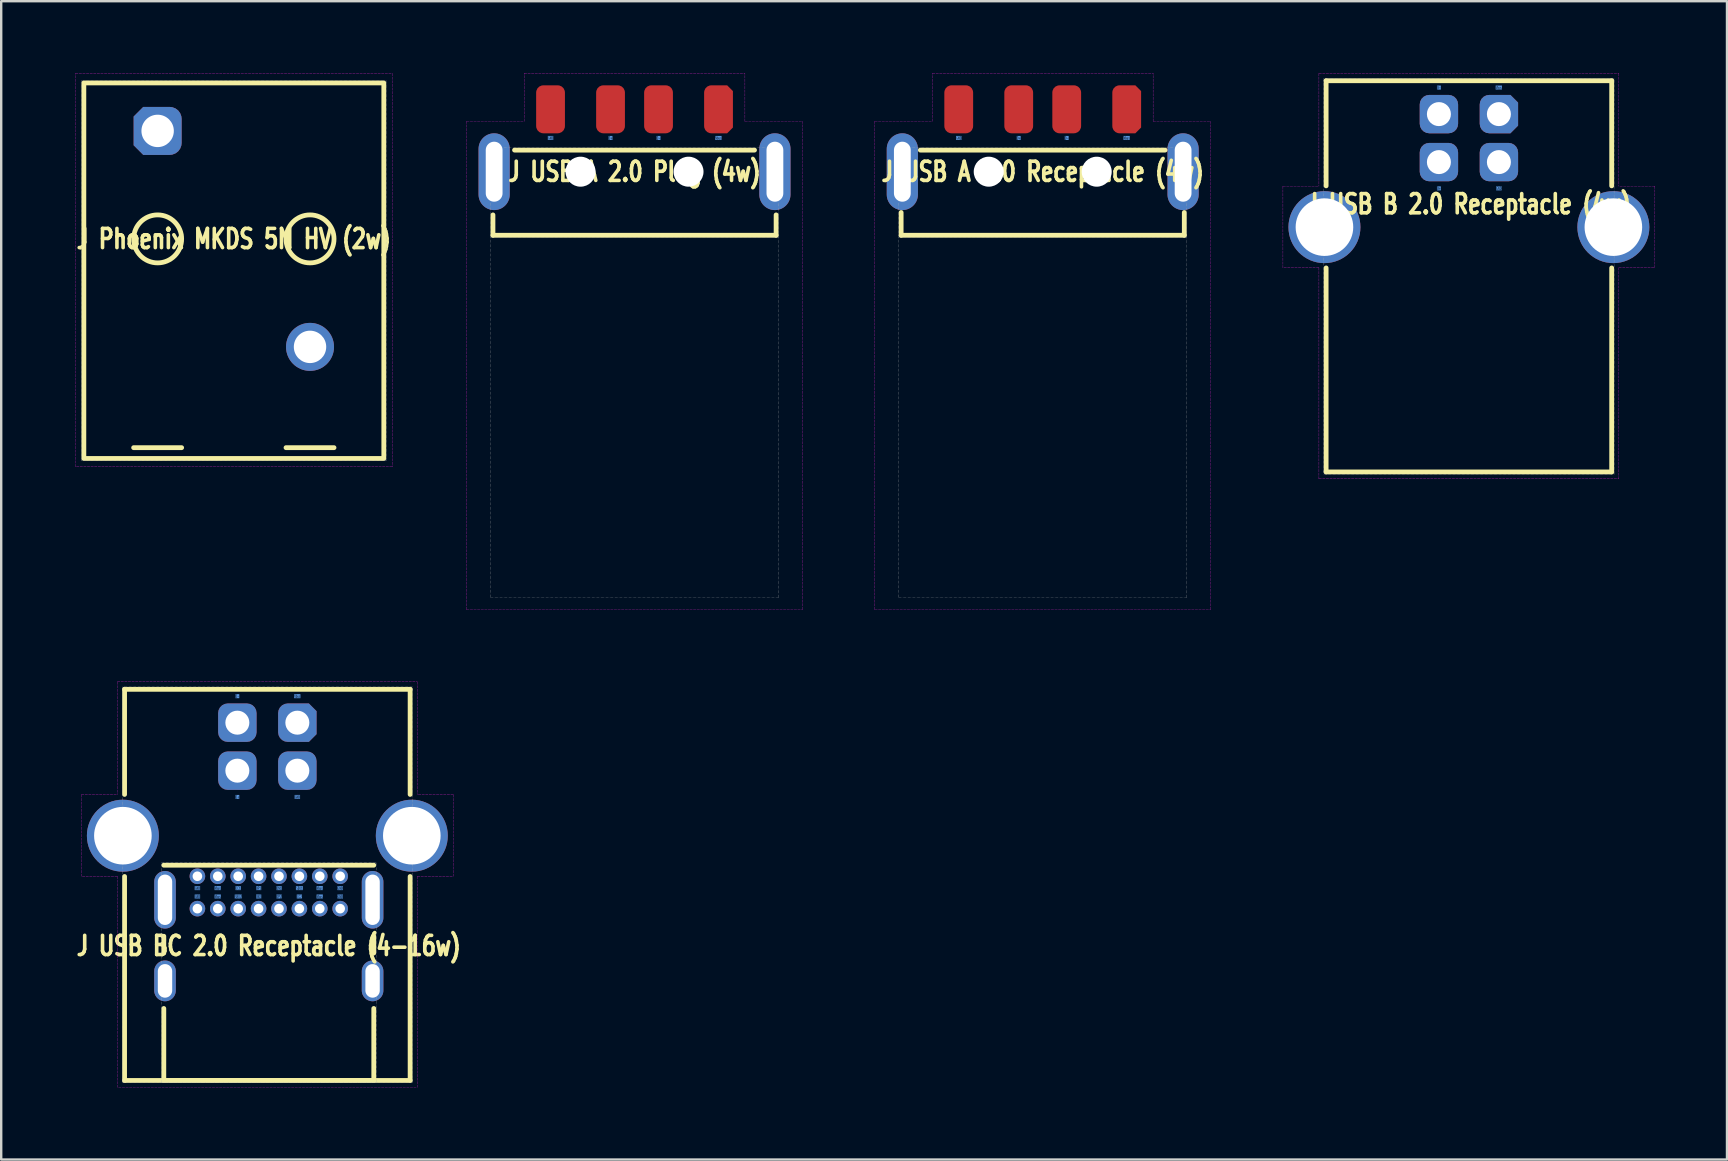
<source format=kicad_pcb>
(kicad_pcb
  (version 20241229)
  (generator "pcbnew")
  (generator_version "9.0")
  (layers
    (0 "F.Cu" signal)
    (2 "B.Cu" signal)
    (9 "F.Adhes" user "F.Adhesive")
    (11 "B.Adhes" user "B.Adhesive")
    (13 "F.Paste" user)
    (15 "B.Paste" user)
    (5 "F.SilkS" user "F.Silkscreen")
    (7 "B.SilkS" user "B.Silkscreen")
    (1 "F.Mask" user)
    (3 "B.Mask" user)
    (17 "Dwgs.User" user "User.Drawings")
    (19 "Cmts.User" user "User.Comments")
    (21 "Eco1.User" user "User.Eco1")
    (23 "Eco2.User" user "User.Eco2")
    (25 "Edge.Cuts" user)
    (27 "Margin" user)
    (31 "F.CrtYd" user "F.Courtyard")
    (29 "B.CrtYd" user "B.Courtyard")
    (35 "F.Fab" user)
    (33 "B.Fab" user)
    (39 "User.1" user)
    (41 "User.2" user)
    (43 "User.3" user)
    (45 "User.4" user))
  (footprint "J Phoenix MKDS 5N HV (2w)"
    (layer "F.Cu")
    (at 6.694 6.905)
    (property "Reference" "J Phoenix MKDS 5N HV (2w)" (at 0 0 0) (layer "F.SilkS") (effects (font (size 0.8 0.6) (thickness 0.15) (bold yes))))
    (attr through_hole)
    (fp_line (start -2.175 8.7) (end -4.175 8.7) (stroke (width 0.2) (type default)) (layer "F.SilkS"))
    (fp_line (start 2.175 8.7) (end 4.175 8.7) (stroke (width 0.2) (type default)) (layer "F.SilkS"))
    (fp_rect (start -6.25 -6.5) (end 6.25 9.15) (stroke (width 0.2) (type default)) (fill no) (layer "F.SilkS"))
    (fp_circle (center -3.175 0) (end -2.175 0) (stroke (width 0.2) (type default)) (fill no) (layer "F.SilkS"))
    (fp_circle (center 3.175 0) (end 4.175 0) (stroke (width 0.2) (type default)) (fill no) (layer "F.SilkS"))
    (fp_rect (start -6.6 -6.9) (end 6.6 9.5) (stroke (width 0.01) (type dash)) (fill no) (layer "F.CrtYd"))
    (fp_rect (start -6.345 -6.6) (end 6.345 9.25) (stroke (width 0.01) (type dash_dot)) (fill no) (layer "F.Fab"))
    (pad "1" thru_hole roundrect (at -3.175 -4.5) (size 2 2) (drill 1.35) (layers "*.Cu" "*.Mask") (roundrect_rratio 0.25) (chamfer_ratio 0.2) (chamfer top_left bottom_left))
    (pad "2" thru_hole circle (at 3.175 4.5) (size 2 2) (drill 1.35) (layers "*.Cu" "*.Mask")))
  (footprint "J USB BC 2.0 Receptacle (4-16w)"
    (layer "F.Cu")
    (at 8.151 33.465)
    (property "Reference" "J USB BC 2.0 Receptacle (4-16w)" (at 0 2.9 0) (layer "F.SilkS") (effects (font (size 0.8 0.6) (thickness 0.15))))
    (attr smd)
    (fp_line (start -6.01 -7.79) (end -6.01 -3.41) (stroke (width 0.2) (type default)) (layer "F.SilkS"))
    (fp_line (start -6.01 -7.79) (end 5.89 -7.79) (stroke (width 0.2) (type default)) (layer "F.SilkS"))
    (fp_line (start -6.01 0.01) (end -6.01 8.51) (stroke (width 0.2) (type default)) (layer "F.SilkS"))
    (fp_line (start -6.01 8.51) (end 5.89 8.51) (stroke (width 0.2) (type default)) (layer "F.SilkS"))
    (fp_line (start -4.375 -0.46) (end 4.375 -0.46) (stroke (width 0.2) (type default)) (layer "F.SilkS"))
    (fp_line (start -4.375 2.5) (end -4.375 3.2) (stroke (width 0.2) (type default)) (layer "F.SilkS"))
    (fp_line (start -4.375 5.51) (end -4.375 8.51) (stroke (width 0.2) (type default)) (layer "F.SilkS"))
    (fp_line (start -4.375 8.51) (end 4.375 8.51) (stroke (width 0.2) (type default)) (layer "F.SilkS"))
    (fp_line (start 4.375 2.5) (end 4.375 3.2) (stroke (width 0.2) (type default)) (layer "F.SilkS"))
    (fp_line (start 4.375 5.51) (end 4.375 8.51) (stroke (width 0.2) (type default)) (layer "F.SilkS"))
    (fp_line (start 5.89 -7.79) (end 5.89 -3.41) (stroke (width 0.2) (type default)) (layer "F.SilkS"))
    (fp_line (start 5.89 0.01) (end 5.89 8.51) (stroke (width 0.2) (type default)) (layer "F.SilkS"))
    (fp_line (start -7.81 -3.4) (end -7.81 0) (stroke (width 0.01) (type dash)) (layer "F.CrtYd"))
    (fp_line (start -7.81 -3.4) (end -6.31 -3.4) (stroke (width 0.01) (type dash)) (layer "F.CrtYd"))
    (fp_line (start -6.31 -8.1) (end -6.31 -3.4) (stroke (width 0.01) (type dash)) (layer "F.CrtYd"))
    (fp_line (start -6.31 -8.1) (end 6.19 -8.1) (stroke (width 0.01) (type dash)) (layer "F.CrtYd"))
    (fp_line (start -6.31 0) (end -7.81 0) (stroke (width 0.01) (type dash)) (layer "F.CrtYd"))
    (fp_line (start -6.31 0) (end -6.31 8.8) (stroke (width 0.01) (type dash)) (layer "F.CrtYd"))
    (fp_line (start -6.26 8.8) (end 6.14 8.8) (stroke (width 0.01) (type dash)) (layer "F.CrtYd"))
    (fp_line (start 6.19 -8.1) (end 6.19 -3.4) (stroke (width 0.01) (type dash)) (layer "F.CrtYd"))
    (fp_line (start 6.19 0) (end 6.19 8.8) (stroke (width 0.01) (type dash)) (layer "F.CrtYd"))
    (fp_line (start 6.19 0) (end 7.69 0) (stroke (width 0.01) (type dash)) (layer "F.CrtYd"))
    (fp_line (start 7.69 -3.4) (end 6.19 -3.4) (stroke (width 0.01) (type dash)) (layer "F.CrtYd"))
    (fp_line (start 7.69 -3.4) (end 7.69 0) (stroke (width 0.01) (type dash)) (layer "F.CrtYd"))
    (fp_rect (start -6.11 8.61) (end 5.99 -7.89) (stroke (width 0.01) (type dash_dot)) (fill no) (layer "F.Fab"))
    (fp_rect (start -4.475 -0.56) (end 4.475 8.61) (stroke (width 0.01) (type dash_dot)) (fill no) (layer "F.Fab"))
    (fp_text user "Vbus" (at 1.19 -7.5 0) (layer "Cmts.User" knockout) (effects (font (size 0.13 0.07) (thickness 0.01) (bold yes))))
    (fp_text user "DN2" (at -0.425 0.85 0) (layer "Cmts.User" knockout) (effects (font (size 0.13 0.07) (thickness 0.01) (bold yes))))
    (fp_text user "Vbus" (at -2.125 0.5 0) (layer "Cmts.User" knockout) (effects (font (size 0.13 0.07) (thickness 0.01) (bold yes))))
    (fp_text user "Vbus" (at -2.125 0.85 0) (layer "Cmts.User" knockout) (effects (font (size 0.13 0.07) (thickness 0.01) (bold yes))))
    (fp_text user "SBU1" (at 1.275 0.5 0) (layer "Cmts.User" knockout) (effects (font (size 0.13 0.07) (thickness 0.01) (bold yes))))
    (fp_text user "Vbus" (at 2.125 0.5 0) (layer "Cmts.User" knockout) (effects (font (size 0.13 0.07) (thickness 0.01) (bold yes))))
    (fp_text user "GND" (at -2.975 0.85 0) (layer "Cmts.User" knockout) (effects (font (size 0.13 0.07) (thickness 0.01) (bold yes))))
    (fp_text user "Vbus" (at 2.125 0.85 0) (layer "Cmts.User" knockout) (effects (font (size 0.13 0.07) (thickness 0.01) (bold yes))))
    (fp_text user "D+" (at -1.31 -3.3 0) (layer "Cmts.User" knockout) (effects (font (size 0.13 0.07) (thickness 0.01))))
    (fp_text user "SBU2" (at -1.275 0.85 0) (layer "Cmts.User" knockout) (effects (font (size 0.13 0.07) (thickness 0.01) (bold yes))))
    (fp_text user "GND" (at 2.975 0.85 0) (layer "Cmts.User" knockout) (effects (font (size 0.13 0.07) (thickness 0.01) (bold yes))))
    (fp_text user "D-" (at -1.31 -7.5 0) (layer "Cmts.User" knockout) (effects (font (size 0.13 0.07) (thickness 0.01))))
    (fp_text user "GND" (at 1.19 -3.3 0) (layer "Cmts.User" knockout) (effects (font (size 0.13 0.07) (thickness 0.01) (bold yes))))
    (fp_text user "CC1" (at -1.275 0.5 0) (layer "Cmts.User" knockout) (effects (font (size 0.13 0.07) (thickness 0.01) (bold yes))))
    (fp_text user "DP1" (at -0.425 0.5 0) (layer "Cmts.User" knockout) (effects (font (size 0.13 0.07) (thickness 0.01) (bold yes))))
    (fp_text user "DN1" (at 0.425 0.5 0) (layer "Cmts.User" knockout) (effects (font (size 0.13 0.07) (thickness 0.01) (bold yes))))
    (fp_text user "DP2" (at 0.425 0.85 0) (layer "Cmts.User" knockout) (effects (font (size 0.13 0.07) (thickness 0.01) (bold yes))))
    (fp_text user "GND" (at -2.975 0.5 0) (layer "Cmts.User" knockout) (effects (font (size 0.13 0.07) (thickness 0.01) (bold yes))))
    (fp_text user "CC2" (at 1.275 0.85 0) (layer "Cmts.User" knockout) (effects (font (size 0.13 0.07) (thickness 0.01) (bold yes))))
    (fp_text user "GND" (at 2.975 0.5 0) (layer "Cmts.User" knockout) (effects (font (size 0.13 0.07) (thickness 0.01) (bold yes))))
    (pad "1" thru_hole roundrect (at 1.19 -6.4) (size 1.6 1.6) (drill 1) (layers "*.Cu" "*.Mask") (roundrect_rratio 0.25) (chamfer_ratio 0.2) (chamfer top_right bottom_right))
    (pad "2" thru_hole roundrect (at -1.31 -6.4) (size 1.6 1.6) (drill 1) (layers "*.Cu" "*.Mask") (roundrect_rratio 0.25))
    (pad "3" thru_hole roundrect (at -1.31 -4.4) (size 1.6 1.6) (drill 1) (layers "*.Cu" "*.Mask") (roundrect_rratio 0.25))
    (pad "4" thru_hole roundrect (at 1.19 -4.4) (size 1.6 1.6) (drill 1) (layers "*.Cu" "*.Mask") (roundrect_rratio 0.25))
    (pad "A01" thru_hole circle (at -2.975 0) (size 0.65 0.65) (drill 0.4) (layers "*.Cu" "*.Mask" "F.Paste"))
    (pad "A04" thru_hole circle (at -2.125 0) (size 0.65 0.65) (drill 0.4) (layers "*.Cu" "*.Mask" "F.Paste"))
    (pad "A05" thru_hole circle (at -1.275 0) (size 0.65 0.65) (drill 0.4) (layers "*.Cu" "*.Mask" "F.Paste"))
    (pad "A06" thru_hole circle (at -0.425 0) (size 0.65 0.65) (drill 0.4) (layers "*.Cu" "*.Mask" "F.Paste"))
    (pad "A07" thru_hole circle (at 0.425 0) (size 0.65 0.65) (drill 0.4) (layers "*.Cu" "*.Mask" "F.Paste"))
    (pad "A08" thru_hole circle (at 1.275 0) (size 0.65 0.65) (drill 0.4) (layers "*.Cu" "*.Mask" "F.Paste"))
    (pad "A09" thru_hole circle (at 2.125 0) (size 0.65 0.65) (drill 0.4) (layers "*.Cu" "*.Mask" "F.Paste"))
    (pad "A12" thru_hole circle (at 2.975 0) (size 0.65 0.65) (drill 0.4) (layers "*.Cu" "*.Mask" "F.Paste"))
    (pad "B01" thru_hole circle (at 2.975 1.35) (size 0.65 0.65) (drill 0.4) (layers "*.Cu" "*.Mask" "F.Paste"))
    (pad "B04" thru_hole circle (at 2.125 1.35) (size 0.65 0.65) (drill 0.4) (layers "*.Cu" "*.Mask" "F.Paste"))
    (pad "B05" thru_hole circle (at 1.275 1.35) (size 0.65 0.65) (drill 0.4) (layers "*.Cu" "*.Mask" "F.Paste"))
    (pad "B06" thru_hole circle (at 0.425 1.35) (size 0.65 0.65) (drill 0.4) (layers "*.Cu" "*.Mask" "F.Paste"))
    (pad "B07" thru_hole circle (at -0.425 1.35) (size 0.65 0.65) (drill 0.4) (layers "*.Cu" "*.Mask" "F.Paste"))
    (pad "B10" thru_hole circle (at -1.275 1.35) (size 0.65 0.65) (drill 0.4) (layers "*.Cu" "*.Mask" "F.Paste"))
    (pad "B11" thru_hole circle (at -2.125 1.35) (size 0.65 0.65) (drill 0.4) (layers "*.Cu" "*.Mask" "F.Paste"))
    (pad "B12" thru_hole circle (at -2.975 1.35) (size 0.65 0.65) (drill 0.4) (layers "*.Cu" "*.Mask" "F.Paste"))
    (pad "S" thru_hole oval (at -6.08 -1.69) (size 3 3) (drill 2.4) (layers "*.Cu" "*.Mask" "F.Paste"))
    (pad "S" thru_hole oval (at -4.325 0.98) (size 0.9 2.4) (drill oval 0.6 2.1) (layers "*.Cu" "*.Mask" "F.Paste"))
    (pad "S" thru_hole oval (at -4.325 4.36) (size 0.9 1.7) (drill oval 0.6 1.4) (layers "*.Cu" "*.Mask" "F.Paste"))
    (pad "S" thru_hole oval (at 4.325 0.98) (size 0.9 2.4) (drill oval 0.6 2.1) (layers "*.Cu" "*.Mask" "F.Paste"))
    (pad "S" thru_hole oval (at 4.325 4.36) (size 0.9 1.7) (drill oval 0.6 1.4) (layers "*.Cu" "*.Mask" "F.Paste"))
    (pad "S" thru_hole circle (at 5.96 -1.69) (size 3 3) (drill 2.4) (layers "*.Cu" "*.Mask" "F.Paste")))
  (footprint "J USB A 2.0 Receptacle (4w)"
    (layer "F.Cu")
    (at 40.402 4.105)
    (property "Reference" "J USB A 2.0 Receptacle (4w)" (at 0 0 0) (layer "F.SilkS") (effects (font (size 0.8 0.6) (thickness 0.15))))
    (attr smd)
    (fp_line (start -5.9 1.7) (end -5.9 2.65) (stroke (width 0.2) (type default)) (layer "F.SilkS"))
    (fp_line (start -5.9 2.65) (end 5.9 2.65) (stroke (width 0.2) (type default)) (layer "F.SilkS"))
    (fp_line (start -5.1 -0.9) (end 5.1 -0.9) (stroke (width 0.2) (type default)) (layer "F.SilkS"))
    (fp_line (start 5.9 1.7) (end 5.9 2.65) (stroke (width 0.2) (type default)) (layer "F.SilkS"))
    (fp_line (start -7 -2.1) (end -4.6 -2.1) (stroke (width 0.01) (type dash)) (layer "F.CrtYd"))
    (fp_line (start -7 18.25) (end -7 -2.1) (stroke (width 0.01) (type dash)) (layer "F.CrtYd"))
    (fp_line (start -7 18.25) (end 7 18.25) (stroke (width 0.01) (type dash)) (layer "F.CrtYd"))
    (fp_line (start -4.6 -4.1) (end 4.6 -4.1) (stroke (width 0.01) (type dash)) (layer "F.CrtYd"))
    (fp_line (start -4.6 -2.1) (end -4.6 -4.1) (stroke (width 0.01) (type dash)) (layer "F.CrtYd"))
    (fp_line (start 4.6 -2.1) (end 4.6 -4.1) (stroke (width 0.01) (type dash)) (layer "F.CrtYd"))
    (fp_line (start 4.6 -2.1) (end 7 -2.1) (stroke (width 0.01) (type dash)) (layer "F.CrtYd"))
    (fp_line (start 7 18.25) (end 7 -2.1) (stroke (width 0.01) (type dash)) (layer "F.CrtYd"))
    (fp_line (start -6 2.75) (end 6 2.75) (stroke (width 0.01) (type dash_dot)) (layer "F.Fab"))
    (fp_rect (start -6 17.75) (end 6 -1) (stroke (width 0.01) (type dash_dot)) (fill no) (layer "F.Fab"))
    (fp_text user "D-" (at 1 -1.4 0) (layer "Cmts.User" knockout) (effects (font (size 0.13 0.07) (thickness 0.01))))
    (fp_text user "GND" (at -3.5 -1.4 0) (layer "Cmts.User" knockout) (effects (font (size 0.13 0.07) (thickness 0.01) (bold yes))))
    (fp_text user "D+" (at -1 -1.4 0) (layer "Cmts.User" knockout) (effects (font (size 0.13 0.07) (thickness 0.01))))
    (fp_text user "Vbus" (at 3.5 -1.4 0) (layer "Cmts.User" knockout) (effects (font (size 0.13 0.07) (thickness 0.01) (bold yes))))
    (pad "" np_thru_hole circle (at -2.25 0) (size 1.25 1.25) (drill 1.3) (layers "*.Cu" "*.Mask"))
    (pad "" np_thru_hole circle (at 2.25 0) (size 1.25 1.25) (drill 1.3) (layers "*.Cu" "*.Mask"))
    (pad "1" smd roundrect (at 3.5 -2.6) (size 1.2 2) (layers "F.Cu" "F.Mask" "F.Paste") (roundrect_rratio 0.25) (chamfer_ratio 0.2) (chamfer top_right bottom_right))
    (pad "2" smd roundrect (at 1 -2.6) (size 1.2 2) (layers "F.Cu" "F.Mask" "F.Paste") (roundrect_rratio 0.25))
    (pad "3" smd roundrect (at -1 -2.6) (size 1.2 2) (layers "F.Cu" "F.Mask" "F.Paste") (roundrect_rratio 0.25))
    (pad "4" smd roundrect (at -3.5 -2.6) (size 1.2 2) (layers "F.Cu" "F.Mask" "F.Paste") (roundrect_rratio 0.25))
    (pad "S" thru_hole oval (at -5.85 0) (size 1.3 3.2) (drill oval 0.7 2.5) (layers "*.Cu" "*.Mask" "F.Paste"))
    (pad "S" thru_hole oval (at 5.85 0) (size 1.3 3.2) (drill oval 0.7 2.5) (layers "*.Cu" "*.Mask" "F.Paste")))
  (footprint "J USB A 2.0 Plug (4w)"
    (layer "F.Cu")
    (at 23.392 4.105)
    (property "Reference" "J USB A 2.0 Plug (4w)" (at 0 0 0) (layer "F.SilkS") (effects (font (size 0.8 0.6) (thickness 0.15))))
    (attr smd)
    (fp_line (start -5.9 1.8) (end -5.9 2.65) (stroke (width 0.2) (type default)) (layer "F.SilkS"))
    (fp_line (start -5.9 2.65) (end 5.9 2.65) (stroke (width 0.2) (type default)) (layer "F.SilkS"))
    (fp_line (start -5 -0.9) (end 5 -0.9) (stroke (width 0.2) (type default)) (layer "F.SilkS"))
    (fp_line (start 5.9 1.8) (end 5.9 2.65) (stroke (width 0.2) (type default)) (layer "F.SilkS"))
    (fp_line (start -7 -2.1) (end -4.6 -2.1) (stroke (width 0.01) (type dash)) (layer "F.CrtYd"))
    (fp_line (start -7 18.25) (end -7 -2.1) (stroke (width 0.01) (type dash)) (layer "F.CrtYd"))
    (fp_line (start -7 18.25) (end 7 18.25) (stroke (width 0.01) (type dash)) (layer "F.CrtYd"))
    (fp_line (start -4.6 -4.1) (end 4.6 -4.1) (stroke (width 0.01) (type dash)) (layer "F.CrtYd"))
    (fp_line (start -4.6 -2.1) (end -4.6 -4.1) (stroke (width 0.01) (type dash)) (layer "F.CrtYd"))
    (fp_line (start 4.6 -2.1) (end 4.6 -4.1) (stroke (width 0.01) (type dash)) (layer "F.CrtYd"))
    (fp_line (start 4.6 -2.1) (end 7 -2.1) (stroke (width 0.01) (type dash)) (layer "F.CrtYd"))
    (fp_line (start 7 18.25) (end 7 -2.1) (stroke (width 0.01) (type dash)) (layer "F.CrtYd"))
    (fp_line (start -6 2.75) (end 6 2.75) (stroke (width 0.01) (type dash_dot)) (layer "F.Fab"))
    (fp_rect (start -6 17.75) (end 6 -1) (stroke (width 0.01) (type dash_dot)) (fill no) (layer "F.Fab"))
    (fp_text user "GND" (at -3.5 -1.4 0) (layer "Cmts.User" knockout) (effects (font (size 0.13 0.07) (thickness 0.01) (bold yes))))
    (fp_text user "Vbus" (at 3.5 -1.4 0) (layer "Cmts.User" knockout) (effects (font (size 0.13 0.07) (thickness 0.01) (bold yes))))
    (fp_text user "D-" (at 1 -1.4 0) (layer "Cmts.User" knockout) (effects (font (size 0.13 0.07) (thickness 0.01))))
    (fp_text user "D+" (at -1 -1.4 0) (layer "Cmts.User" knockout) (effects (font (size 0.13 0.07) (thickness 0.01))))
    (pad "" np_thru_hole circle (at -2.25 0) (size 1.25 1.25) (drill 1.3) (layers "*.Cu" "*.Mask"))
    (pad "" np_thru_hole circle (at 2.25 0) (size 1.25 1.25) (drill 1.3) (layers "*.Cu" "*.Mask"))
    (pad "1" smd roundrect (at 3.5 -2.6) (size 1.2 2) (layers "F.Cu" "F.Mask" "F.Paste") (roundrect_rratio 0.25) (chamfer_ratio 0.2) (chamfer top_right bottom_right))
    (pad "2" smd roundrect (at 1 -2.6) (size 1.2 2) (layers "F.Cu" "F.Mask" "F.Paste") (roundrect_rratio 0.25))
    (pad "3" smd roundrect (at -1 -2.6) (size 1.2 2) (layers "F.Cu" "F.Mask" "F.Paste") (roundrect_rratio 0.25))
    (pad "4" smd roundrect (at -3.5 -2.6) (size 1.2 2) (layers "F.Cu" "F.Mask" "F.Paste") (roundrect_rratio 0.25))
    (pad "S" thru_hole oval (at -5.85 0) (size 1.3 3.2) (drill oval 0.7 2.5) (layers "*.Cu" "*.Mask" "F.Paste"))
    (pad "S" thru_hole oval (at 5.85 0) (size 1.3 3.2) (drill oval 0.7 2.5) (layers "*.Cu" "*.Mask" "F.Paste")))
  (footprint "J USB B 2.0 Receptacle (4w)"
    (layer "F.Cu")
    (at 58.162 2.705)
    (property "Reference" "J USB B 2.0 Receptacle (4w)" (at 0 2.75 0) (layer "F.SilkS") (effects (font (size 0.8 0.6) (thickness 0.15))))
    (attr smd)
    (fp_line (start -5.95 -2.39) (end -5.95 1.99) (stroke (width 0.2) (type default)) (layer "F.SilkS"))
    (fp_line (start -5.95 -2.39) (end 5.95 -2.39) (stroke (width 0.2) (type default)) (layer "F.SilkS"))
    (fp_line (start -5.95 5.41) (end -5.95 13.91) (stroke (width 0.2) (type default)) (layer "F.SilkS"))
    (fp_line (start -5.95 13.91) (end 5.95 13.91) (stroke (width 0.2) (type default)) (layer "F.SilkS"))
    (fp_line (start 5.95 -2.39) (end 5.95 1.99) (stroke (width 0.2) (type default)) (layer "F.SilkS"))
    (fp_line (start 5.95 5.41) (end 5.95 13.91) (stroke (width 0.2) (type default)) (layer "F.SilkS"))
    (fp_line (start -7.75 2) (end -7.75 5.4) (stroke (width 0.01) (type dash)) (layer "F.CrtYd"))
    (fp_line (start -7.75 2) (end -6.25 2) (stroke (width 0.01) (type dash)) (layer "F.CrtYd"))
    (fp_line (start -6.25 -2.7) (end -6.25 2) (stroke (width 0.01) (type dash)) (layer "F.CrtYd"))
    (fp_line (start -6.25 -2.7) (end 6.25 -2.7) (stroke (width 0.01) (type dash)) (layer "F.CrtYd"))
    (fp_line (start -6.25 5.4) (end -7.75 5.4) (stroke (width 0.01) (type dash)) (layer "F.CrtYd"))
    (fp_line (start -6.25 5.4) (end -6.25 14.2) (stroke (width 0.01) (type dash)) (layer "F.CrtYd"))
    (fp_line (start -6.25 14.2) (end 6.25 14.2) (stroke (width 0.01) (type dash)) (layer "F.CrtYd"))
    (fp_line (start 6.25 -2.7) (end 6.25 2) (stroke (width 0.01) (type dash)) (layer "F.CrtYd"))
    (fp_line (start 6.25 5.4) (end 6.25 14.2) (stroke (width 0.01) (type dash)) (layer "F.CrtYd"))
    (fp_line (start 6.25 5.4) (end 7.75 5.4) (stroke (width 0.01) (type dash)) (layer "F.CrtYd"))
    (fp_line (start 7.75 2) (end 6.25 2) (stroke (width 0.01) (type dash)) (layer "F.CrtYd"))
    (fp_line (start 7.75 2) (end 7.75 5.4) (stroke (width 0.01) (type dash)) (layer "F.CrtYd"))
    (fp_rect (start -6.05 14.01) (end 6.05 -2.49) (stroke (width 0.01) (type dash_dot)) (fill no) (layer "F.Fab"))
    (fp_text user "GND" (at 1.25 2.1 0) (layer "Cmts.User" knockout) (effects (font (size 0.13 0.07) (thickness 0.01) (bold yes))))
    (fp_text user "D-" (at -1.25 -2.1 0) (layer "Cmts.User" knockout) (effects (font (size 0.13 0.07) (thickness 0.01))))
    (fp_text user "D+" (at -1.25 2.1 0) (layer "Cmts.User" knockout) (effects (font (size 0.13 0.07) (thickness 0.01))))
    (fp_text user "Vbus" (at 1.25 -2.1 0) (layer "Cmts.User" knockout) (effects (font (size 0.13 0.07) (thickness 0.01) (bold yes))))
    (pad "1" thru_hole roundrect (at 1.25 -1) (size 1.6 1.6) (drill 1) (layers "*.Cu" "*.Mask") (roundrect_rratio 0.25) (chamfer_ratio 0.2) (chamfer top_right bottom_right))
    (pad "2" thru_hole roundrect (at -1.25 -1) (size 1.6 1.6) (drill 1) (layers "*.Cu" "*.Mask") (roundrect_rratio 0.25))
    (pad "3" thru_hole roundrect (at -1.25 1) (size 1.6 1.6) (drill 1) (layers "*.Cu" "*.Mask") (roundrect_rratio 0.25))
    (pad "4" thru_hole roundrect (at 1.25 1) (size 1.6 1.6) (drill 1) (layers "*.Cu" "*.Mask") (roundrect_rratio 0.25))
    (pad "S" thru_hole oval (at -6.02 3.71) (size 3 3) (drill 2.4) (layers "*.Cu" "*.Mask" "F.Paste"))
    (pad "S" thru_hole circle (at 6.02 3.71) (size 3 3) (drill 2.4) (layers "*.Cu" "*.Mask" "F.Paste")))
  (gr_rect
    (start -3 -3)
    (end 68.917 45.27)
    (stroke (width 0.1) (type default))
    (fill no)
    (layer "Edge.Cuts")))
</source>
